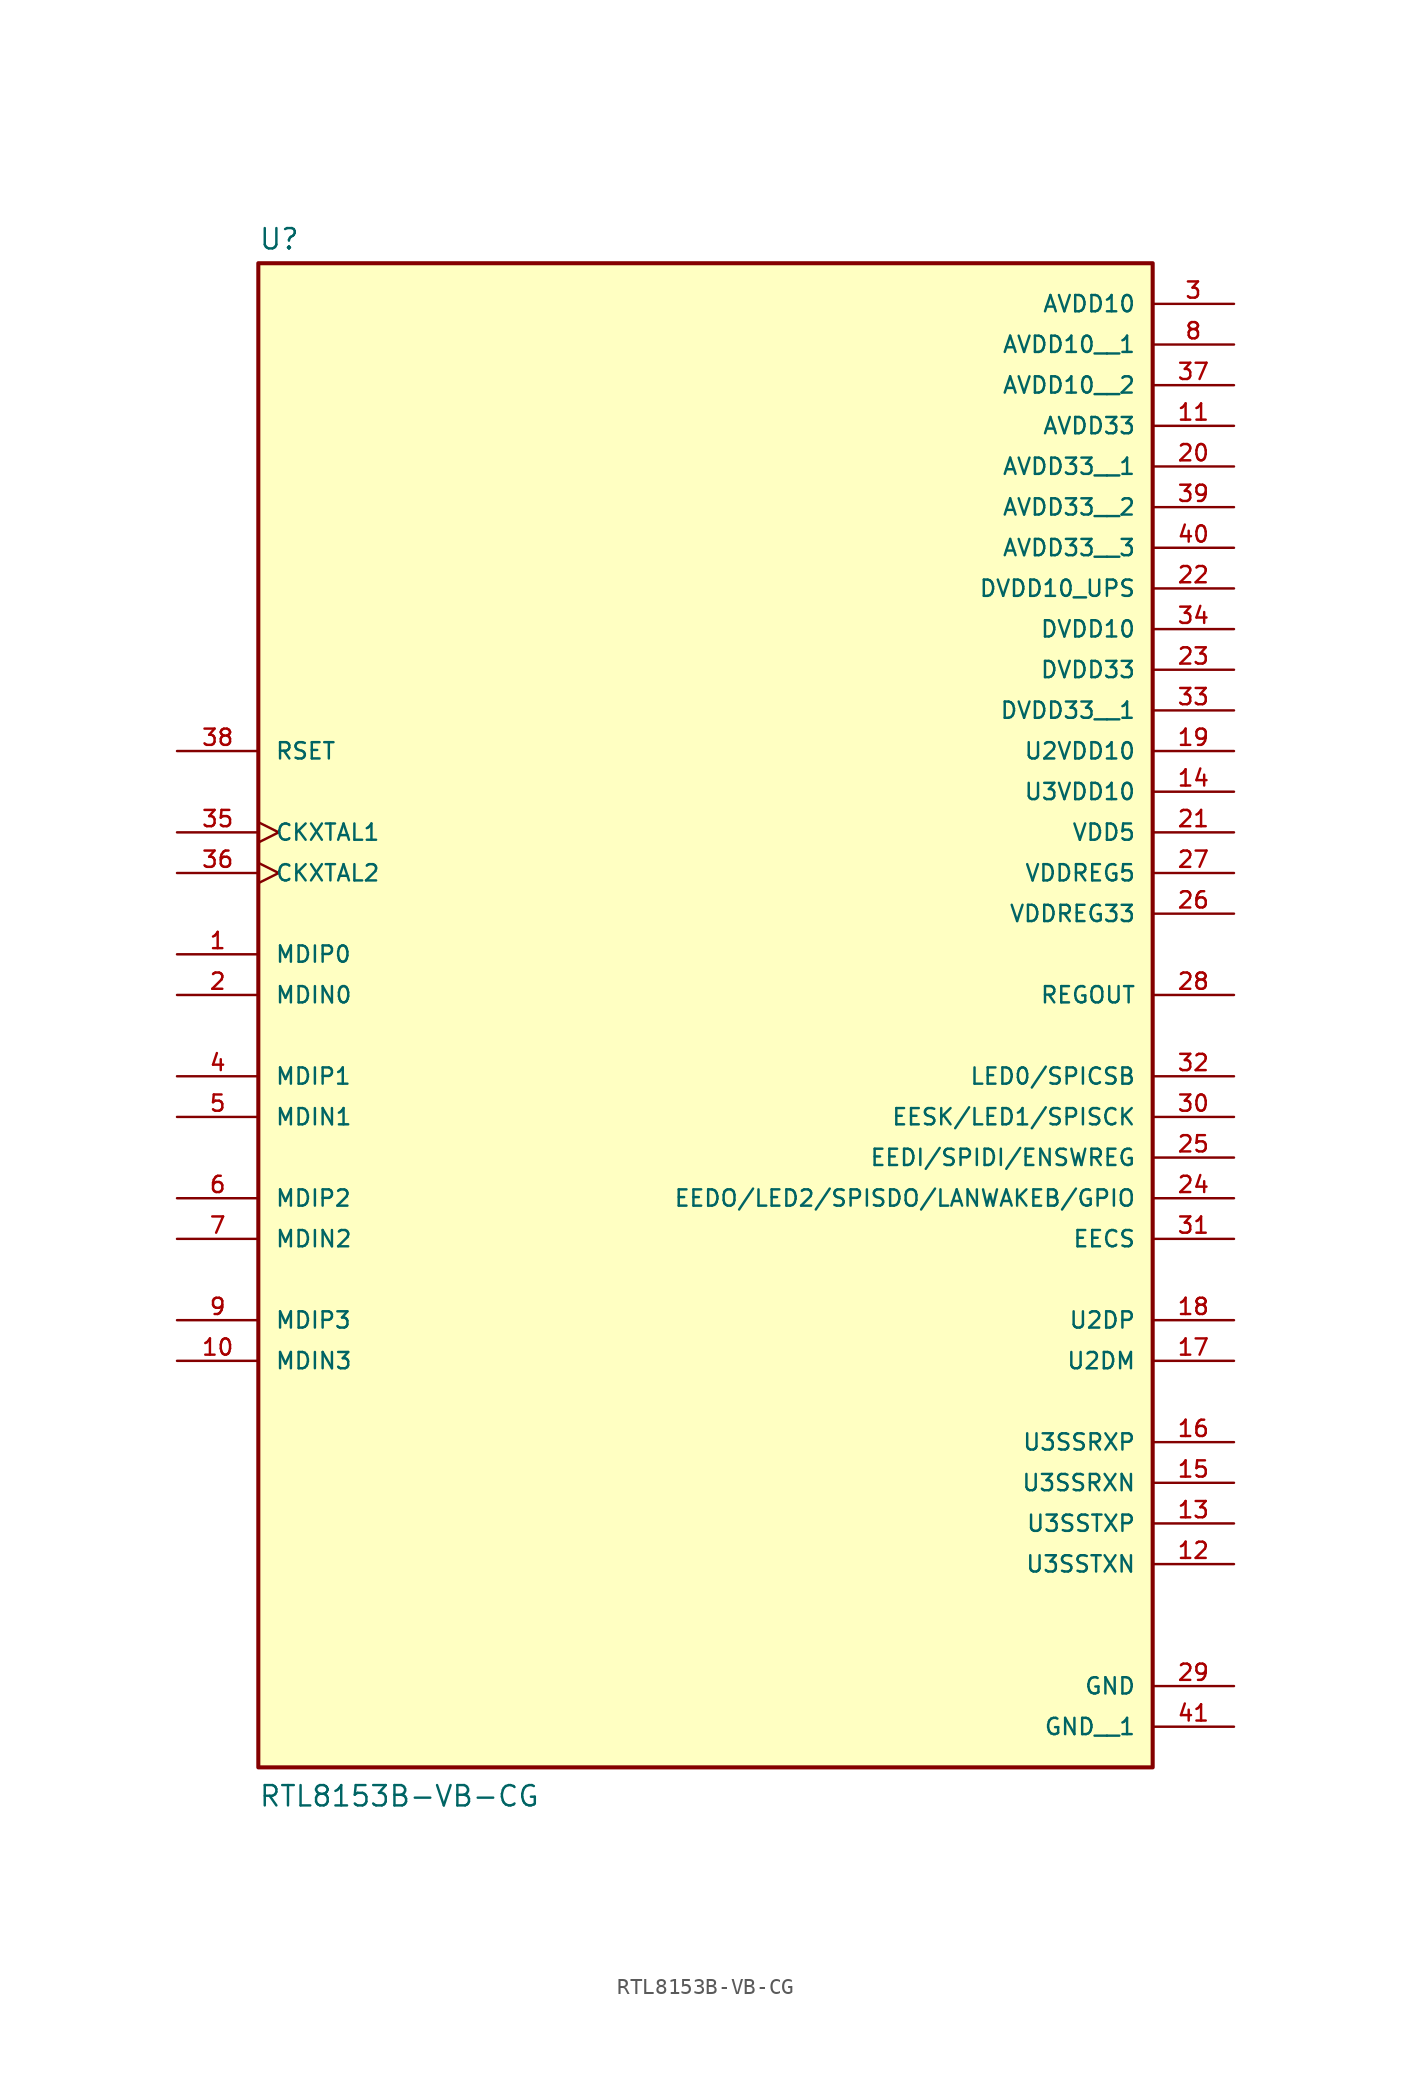
<source format=kicad_sym>
(kicad_symbol_lib
  (version 20211014)
  (generator kicad_symbol_editor)
  (symbol "RTL8153B-VB-CG"
    (pin_names
      (offset 1.016))
    (property "Reference" "U"
      (at -27.94 38.862 0)
      (effects (font (size 1.27 1.27)) (justify bottom left)))
    (property "Value" "RTL8153B-VB-CG"
      (at -27.94 -58.42 0)
      (effects (font (size 1.27 1.27)) (justify bottom left)))
    (symbol "RTL8153B-VB-CG_0_0"
      (rectangle (start -27.94 -55.88) (end 27.94 38.1) (stroke (width 0.254)) (fill (type background)))
      (pin output line (at 33.02 -15.24 180.0) (length 5.08) (name "EESK/LED1/SPISCK" (effects (font (size 1.016 1.016)))) (number "30" (effects (font (size 1.016 1.016)))))
      (pin bidirectional line (at 33.02 -17.78 180.0) (length 5.08) (name "EEDI/SPIDI/ENSWREG" (effects (font (size 1.016 1.016)))) (number "25" (effects (font (size 1.016 1.016)))))
      (pin bidirectional line (at 33.02 -20.32 180.0) (length 5.08) (name "EEDO/LED2/SPISDO/LANWAKEB/GPIO" (effects (font (size 1.016 1.016)))) (number "24" (effects (font (size 1.016 1.016)))))
      (pin output line (at 33.02 -22.86 180.0) (length 5.08) (name "EECS" (effects (font (size 1.016 1.016)))) (number "31" (effects (font (size 1.016 1.016)))))
      (pin bidirectional line (at -33.02 -5.08 0) (length 5.08) (name "MDIP0" (effects (font (size 1.016 1.016)))) (number "1" (effects (font (size 1.016 1.016)))))
      (pin bidirectional line (at -33.02 -7.62 0) (length 5.08) (name "MDIN0" (effects (font (size 1.016 1.016)))) (number "2" (effects (font (size 1.016 1.016)))))
      (pin bidirectional line (at -33.02 -12.7 0) (length 5.08) (name "MDIP1" (effects (font (size 1.016 1.016)))) (number "4" (effects (font (size 1.016 1.016)))))
      (pin bidirectional line (at -33.02 -15.24 0) (length 5.08) (name "MDIN1" (effects (font (size 1.016 1.016)))) (number "5" (effects (font (size 1.016 1.016)))))
      (pin bidirectional line (at -33.02 -20.32 0) (length 5.08) (name "MDIP2" (effects (font (size 1.016 1.016)))) (number "6" (effects (font (size 1.016 1.016)))))
      (pin bidirectional line (at -33.02 -22.86 0) (length 5.08) (name "MDIN2" (effects (font (size 1.016 1.016)))) (number "7" (effects (font (size 1.016 1.016)))))
      (pin bidirectional line (at -33.02 -27.94 0) (length 5.08) (name "MDIP3" (effects (font (size 1.016 1.016)))) (number "9" (effects (font (size 1.016 1.016)))))
      (pin bidirectional line (at -33.02 -30.48 0) (length 5.08) (name "MDIN3" (effects (font (size 1.016 1.016)))) (number "10" (effects (font (size 1.016 1.016)))))
      (pin input clock (at -33.02 2.54 0) (length 5.08) (name "CKXTAL1" (effects (font (size 1.016 1.016)))) (number "35" (effects (font (size 1.016 1.016)))))
      (pin bidirectional clock (at -33.02 0.0 0) (length 5.08) (name "CKXTAL2" (effects (font (size 1.016 1.016)))) (number "36" (effects (font (size 1.016 1.016)))))
      (pin output line (at 33.02 -7.62 180.0) (length 5.08) (name "REGOUT" (effects (font (size 1.016 1.016)))) (number "28" (effects (font (size 1.016 1.016)))))
      (pin power_in line (at 33.02 0.0 180.0) (length 5.08) (name "VDDREG5" (effects (font (size 1.016 1.016)))) (number "27" (effects (font (size 1.016 1.016)))))
      (pin power_in line (at 33.02 -2.54 180.0) (length 5.08) (name "VDDREG33" (effects (font (size 1.016 1.016)))) (number "26" (effects (font (size 1.016 1.016)))))
      (pin power_in line (at 33.02 27.94 180.0) (length 5.08) (name "AVDD33" (effects (font (size 1.016 1.016)))) (number "11" (effects (font (size 1.016 1.016)))))
      (pin power_in line (at 33.02 17.78 180.0) (length 5.08) (name "DVDD10_UPS" (effects (font (size 1.016 1.016)))) (number "22" (effects (font (size 1.016 1.016)))))
      (pin input line (at -33.02 7.62 0) (length 5.08) (name "RSET" (effects (font (size 1.016 1.016)))) (number "38" (effects (font (size 1.016 1.016)))))
      (pin power_in line (at 33.02 -50.8 180.0) (length 5.08) (name "GND" (effects (font (size 1.016 1.016)))) (number "29" (effects (font (size 1.016 1.016)))))
      (pin output line (at 33.02 -12.7 180.0) (length 5.08) (name "LED0/SPICSB" (effects (font (size 1.016 1.016)))) (number "32" (effects (font (size 1.016 1.016)))))
      (pin power_in line (at 33.02 2.54 180.0) (length 5.08) (name "VDD5" (effects (font (size 1.016 1.016)))) (number "21" (effects (font (size 1.016 1.016)))))
      (pin power_in line (at 33.02 12.7 180.0) (length 5.08) (name "DVDD33" (effects (font (size 1.016 1.016)))) (number "23" (effects (font (size 1.016 1.016)))))
      (pin power_in line (at 33.02 35.56 180.0) (length 5.08) (name "AVDD10" (effects (font (size 1.016 1.016)))) (number "3" (effects (font (size 1.016 1.016)))))
      (pin power_in line (at 33.02 15.24 180.0) (length 5.08) (name "DVDD10" (effects (font (size 1.016 1.016)))) (number "34" (effects (font (size 1.016 1.016)))))
      (pin power_in line (at 33.02 5.08 180.0) (length 5.08) (name "U3VDD10" (effects (font (size 1.016 1.016)))) (number "14" (effects (font (size 1.016 1.016)))))
      (pin power_in line (at 33.02 7.62 180.0) (length 5.08) (name "U2VDD10" (effects (font (size 1.016 1.016)))) (number "19" (effects (font (size 1.016 1.016)))))
      (pin input line (at 33.02 -35.56 180.0) (length 5.08) (name "U3SSRXP" (effects (font (size 1.016 1.016)))) (number "16" (effects (font (size 1.016 1.016)))))
      (pin input line (at 33.02 -38.1 180.0) (length 5.08) (name "U3SSRXN" (effects (font (size 1.016 1.016)))) (number "15" (effects (font (size 1.016 1.016)))))
      (pin output line (at 33.02 -40.64 180.0) (length 5.08) (name "U3SSTXP" (effects (font (size 1.016 1.016)))) (number "13" (effects (font (size 1.016 1.016)))))
      (pin output line (at 33.02 -43.18 180.0) (length 5.08) (name "U3SSTXN" (effects (font (size 1.016 1.016)))) (number "12" (effects (font (size 1.016 1.016)))))
      (pin bidirectional line (at 33.02 -27.94 180.0) (length 5.08) (name "U2DP" (effects (font (size 1.016 1.016)))) (number "18" (effects (font (size 1.016 1.016)))))
      (pin bidirectional line (at 33.02 -30.48 180.0) (length 5.08) (name "U2DM" (effects (font (size 1.016 1.016)))) (number "17" (effects (font (size 1.016 1.016)))))
      (pin power_in line (at 33.02 33.02 180.0) (length 5.08) (name "AVDD10__1" (effects (font (size 1.016 1.016)))) (number "8" (effects (font (size 1.016 1.016)))))
      (pin power_in line (at 33.02 30.48 180.0) (length 5.08) (name "AVDD10__2" (effects (font (size 1.016 1.016)))) (number "37" (effects (font (size 1.016 1.016)))))
      (pin power_in line (at 33.02 25.4 180.0) (length 5.08) (name "AVDD33__1" (effects (font (size 1.016 1.016)))) (number "20" (effects (font (size 1.016 1.016)))))
      (pin power_in line (at 33.02 22.86 180.0) (length 5.08) (name "AVDD33__2" (effects (font (size 1.016 1.016)))) (number "39" (effects (font (size 1.016 1.016)))))
      (pin power_in line (at 33.02 20.32 180.0) (length 5.08) (name "AVDD33__3" (effects (font (size 1.016 1.016)))) (number "40" (effects (font (size 1.016 1.016)))))
      (pin power_in line (at 33.02 10.16 180.0) (length 5.08) (name "DVDD33__1" (effects (font (size 1.016 1.016)))) (number "33" (effects (font (size 1.016 1.016)))))
      (pin power_in line (at 33.02 -53.34 180.0) (length 5.08) (name "GND__1" (effects (font (size 1.016 1.016)))) (number "41" (effects (font (size 1.016 1.016))))))))
</source>
